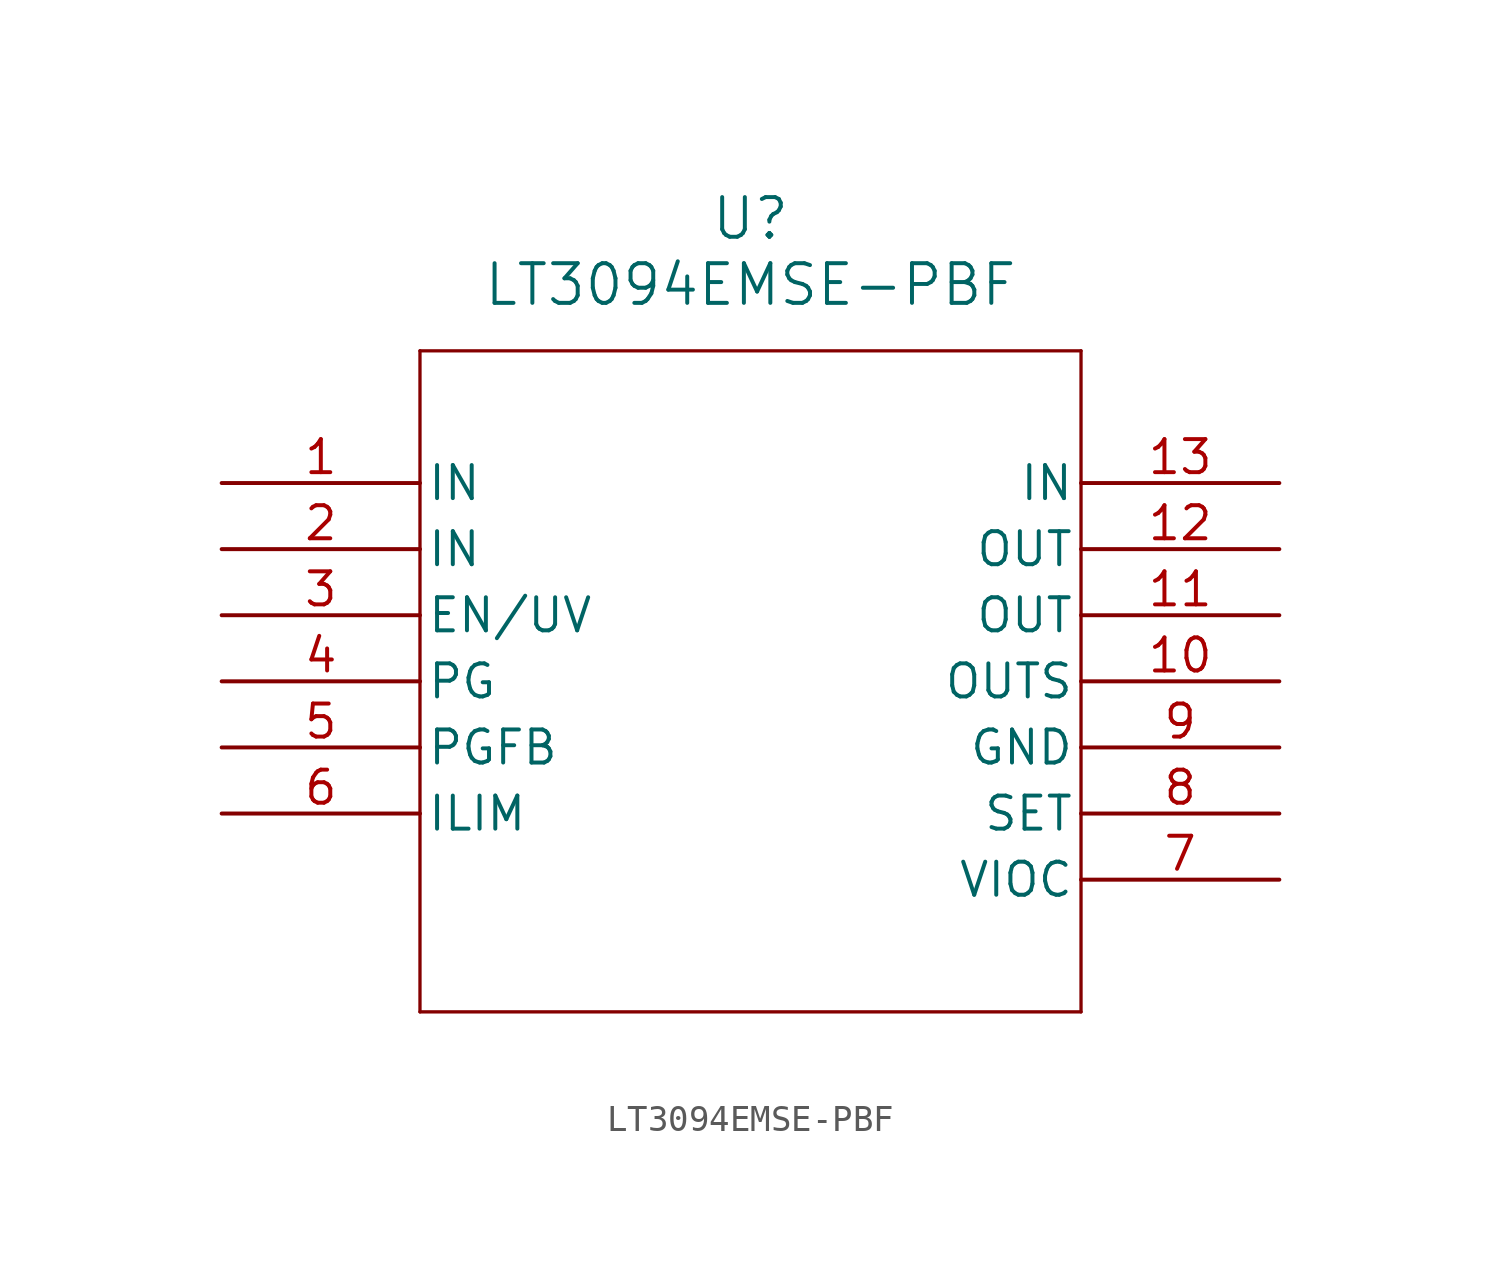
<source format=kicad_sym>
(kicad_symbol_lib
  (version 20211014)
  (generator kicad_symbol_editor)
  (symbol "LT3094EMSE-PBF"
    (pin_names
      (offset 0.254))
    (property "Reference" "U"
      (at 20.32 10.16 0)
      (effects (font (size 1.524 1.524))))
    (property "Value" "LT3094EMSE-PBF"
      (at 20.32 7.62 0)
      (effects (font (size 1.524 1.524))))
    (symbol "LT3094EMSE-PBF_0_1"
      (polyline (pts (xy 7.62 5.08) (xy 7.62 -20.32)) (stroke (width 0.127) (type default) (color 0 0 0 0)) (fill (type none)))
      (polyline (pts (xy 7.62 -20.32) (xy 33.02 -20.32)) (stroke (width 0.127) (type default) (color 0 0 0 0)) (fill (type none)))
      (polyline (pts (xy 33.02 -20.32) (xy 33.02 5.08)) (stroke (width 0.127) (type default) (color 0 0 0 0)) (fill (type none)))
      (polyline (pts (xy 33.02 5.08) (xy 7.62 5.08)) (stroke (width 0.127) (type default) (color 0 0 0 0)) (fill (type none)))
      (pin input line (at 0 0 0) (length 7.62) (name "IN" (effects (font (size 1.27 1.27)))) (number "1" (effects (font (size 1.27 1.27)))))
      (pin input line (at 0 -2.54 0) (length 7.62) (name "IN" (effects (font (size 1.27 1.27)))) (number "2" (effects (font (size 1.27 1.27)))))
      (pin unspecified line (at 0 -5.08 0) (length 7.62) (name "EN/UV" (effects (font (size 1.27 1.27)))) (number "3" (effects (font (size 1.27 1.27)))))
      (pin unspecified line (at 0 -7.62 0) (length 7.62) (name "PG" (effects (font (size 1.27 1.27)))) (number "4" (effects (font (size 1.27 1.27)))))
      (pin unspecified line (at 0 -10.16 0) (length 7.62) (name "PGFB" (effects (font (size 1.27 1.27)))) (number "5" (effects (font (size 1.27 1.27)))))
      (pin unspecified line (at 0 -12.7 0) (length 7.62) (name "ILIM" (effects (font (size 1.27 1.27)))) (number "6" (effects (font (size 1.27 1.27)))))
      (pin unspecified line (at 40.64 -15.24 180) (length 7.62) (name "VIOC" (effects (font (size 1.27 1.27)))) (number "7" (effects (font (size 1.27 1.27)))))
      (pin unspecified line (at 40.64 -12.7 180) (length 7.62) (name "SET" (effects (font (size 1.27 1.27)))) (number "8" (effects (font (size 1.27 1.27)))))
      (pin power_out line (at 40.64 -10.16 180) (length 7.62) (name "GND" (effects (font (size 1.27 1.27)))) (number "9" (effects (font (size 1.27 1.27)))))
      (pin unspecified line (at 40.64 -7.62 180) (length 7.62) (name "OUTS" (effects (font (size 1.27 1.27)))) (number "10" (effects (font (size 1.27 1.27)))))
      (pin output line (at 40.64 -5.08 180) (length 7.62) (name "OUT" (effects (font (size 1.27 1.27)))) (number "11" (effects (font (size 1.27 1.27)))))
      (pin output line (at 40.64 -2.54 180) (length 7.62) (name "OUT" (effects (font (size 1.27 1.27)))) (number "12" (effects (font (size 1.27 1.27)))))
      (pin input line (at 40.64 0 180) (length 7.62) (name "IN" (effects (font (size 1.27 1.27)))) (number "13" (effects (font (size 1.27 1.27))))))))
</source>
